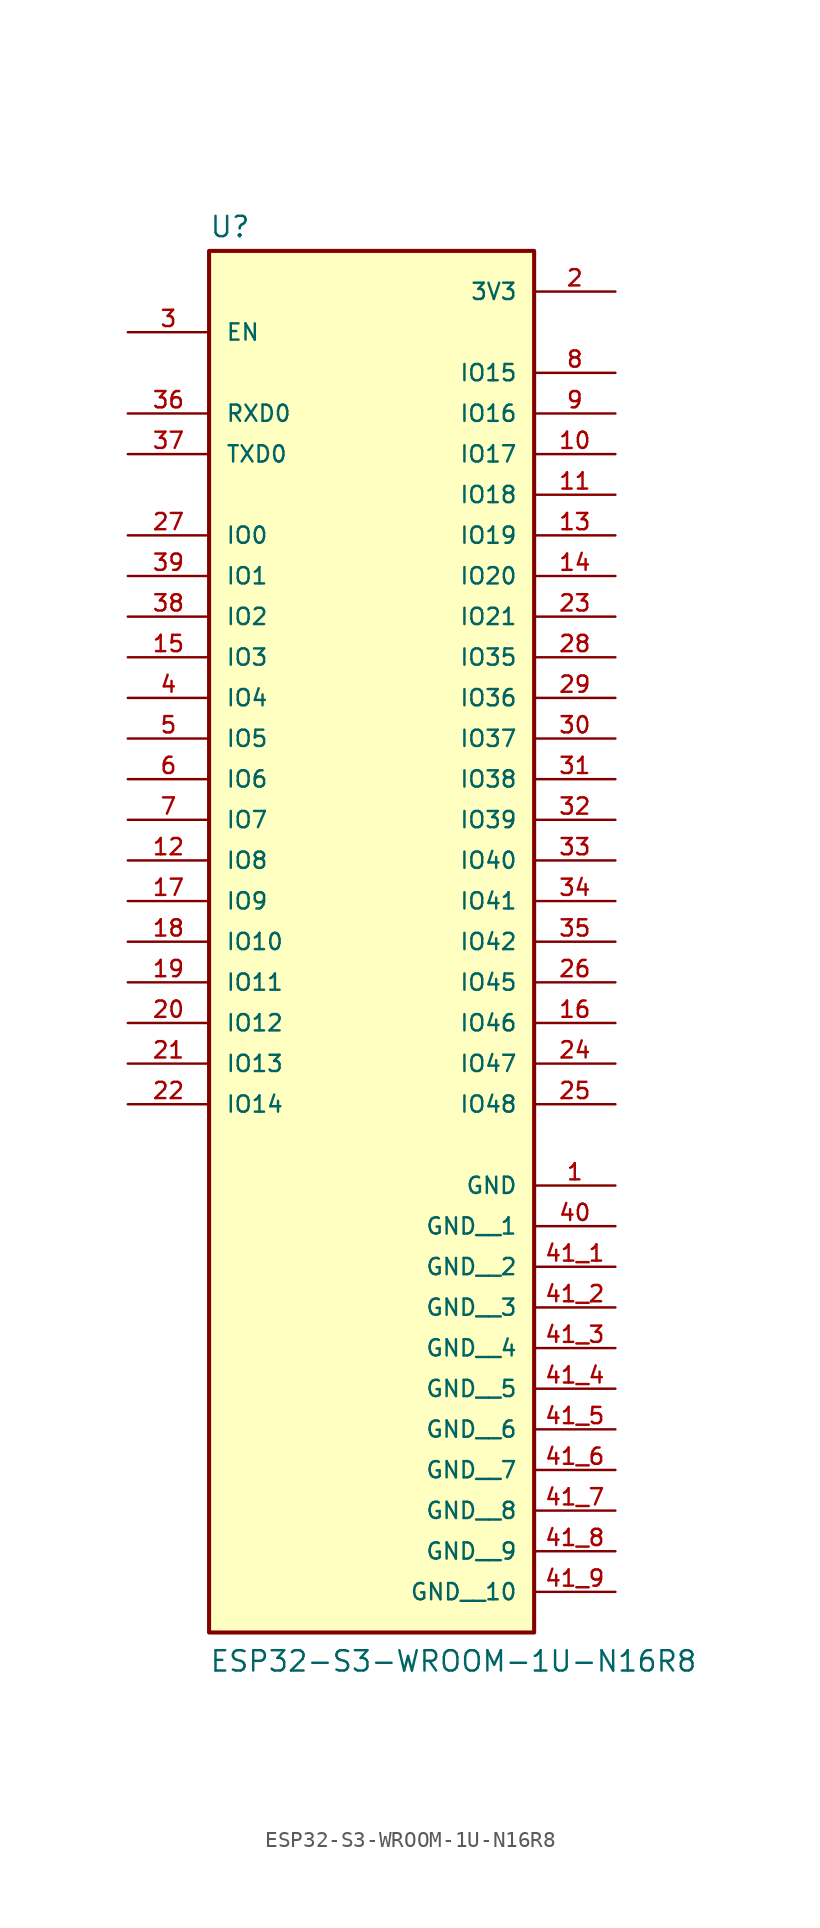
<source format=kicad_sym>
(kicad_symbol_lib
  (version 20211014)
  (generator kicad_symbol_editor)
  (symbol "ESP32-S3-WROOM-1U-N16R8"
    (pin_names
      (offset 1.016))
    (property "Reference" "U"
      (at -10.16 31.242 0)
      (effects (font (size 1.27 1.27)) (justify bottom left)))
    (property "Value" "ESP32-S3-WROOM-1U-N16R8"
      (at -10.16 -58.42 0)
      (effects (font (size 1.27 1.27)) (justify bottom left)))
    (symbol "ESP32-S3-WROOM-1U-N16R8_0_0"
      (rectangle (start -10.16 -55.88) (end 10.16 30.48) (stroke (width 0.254)) (fill (type background)))
      (pin power_in line (at 15.24 -27.94 180.0) (length 5.08) (name "GND" (effects (font (size 1.016 1.016)))) (number "1" (effects (font (size 1.016 1.016)))))
      (pin power_in line (at 15.24 27.94 180.0) (length 5.08) (name "3V3" (effects (font (size 1.016 1.016)))) (number "2" (effects (font (size 1.016 1.016)))))
      (pin input line (at -15.24 25.4 0) (length 5.08) (name "EN" (effects (font (size 1.016 1.016)))) (number "3" (effects (font (size 1.016 1.016)))))
      (pin bidirectional line (at 15.24 5.08 180.0) (length 5.08) (name "IO35" (effects (font (size 1.016 1.016)))) (number "28" (effects (font (size 1.016 1.016)))))
      (pin bidirectional line (at 15.24 -22.86 180.0) (length 5.08) (name "IO48" (effects (font (size 1.016 1.016)))) (number "25" (effects (font (size 1.016 1.016)))))
      (pin bidirectional line (at 15.24 -10.16 180.0) (length 5.08) (name "IO41" (effects (font (size 1.016 1.016)))) (number "34" (effects (font (size 1.016 1.016)))))
      (pin bidirectional line (at 15.24 -5.08 180.0) (length 5.08) (name "IO39" (effects (font (size 1.016 1.016)))) (number "32" (effects (font (size 1.016 1.016)))))
      (pin bidirectional line (at 15.24 -20.32 180.0) (length 5.08) (name "IO47" (effects (font (size 1.016 1.016)))) (number "24" (effects (font (size 1.016 1.016)))))
      (pin bidirectional line (at 15.24 -7.62 180.0) (length 5.08) (name "IO40" (effects (font (size 1.016 1.016)))) (number "33" (effects (font (size 1.016 1.016)))))
      (pin bidirectional line (at -15.24 -22.86 0) (length 5.08) (name "IO14" (effects (font (size 1.016 1.016)))) (number "22" (effects (font (size 1.016 1.016)))))
      (pin bidirectional line (at -15.24 -17.78 0) (length 5.08) (name "IO12" (effects (font (size 1.016 1.016)))) (number "20" (effects (font (size 1.016 1.016)))))
      (pin bidirectional line (at -15.24 -20.32 0) (length 5.08) (name "IO13" (effects (font (size 1.016 1.016)))) (number "21" (effects (font (size 1.016 1.016)))))
      (pin bidirectional line (at 15.24 22.86 180.0) (length 5.08) (name "IO15" (effects (font (size 1.016 1.016)))) (number "8" (effects (font (size 1.016 1.016)))))
      (pin bidirectional line (at -15.24 7.62 0) (length 5.08) (name "IO2" (effects (font (size 1.016 1.016)))) (number "38" (effects (font (size 1.016 1.016)))))
      (pin bidirectional line (at -15.24 12.7 0) (length 5.08) (name "IO0" (effects (font (size 1.016 1.016)))) (number "27" (effects (font (size 1.016 1.016)))))
      (pin bidirectional line (at -15.24 2.54 0) (length 5.08) (name "IO4" (effects (font (size 1.016 1.016)))) (number "4" (effects (font (size 1.016 1.016)))))
      (pin bidirectional line (at 15.24 20.32 180.0) (length 5.08) (name "IO16" (effects (font (size 1.016 1.016)))) (number "9" (effects (font (size 1.016 1.016)))))
      (pin bidirectional line (at 15.24 17.78 180.0) (length 5.08) (name "IO17" (effects (font (size 1.016 1.016)))) (number "10" (effects (font (size 1.016 1.016)))))
      (pin bidirectional line (at -15.24 0.0 0) (length 5.08) (name "IO5" (effects (font (size 1.016 1.016)))) (number "5" (effects (font (size 1.016 1.016)))))
      (pin bidirectional line (at 15.24 15.24 180.0) (length 5.08) (name "IO18" (effects (font (size 1.016 1.016)))) (number "11" (effects (font (size 1.016 1.016)))))
      (pin bidirectional line (at 15.24 12.7 180.0) (length 5.08) (name "IO19" (effects (font (size 1.016 1.016)))) (number "13" (effects (font (size 1.016 1.016)))))
      (pin bidirectional line (at 15.24 7.62 180.0) (length 5.08) (name "IO21" (effects (font (size 1.016 1.016)))) (number "23" (effects (font (size 1.016 1.016)))))
      (pin bidirectional line (at 15.24 0.0 180.0) (length 5.08) (name "IO37" (effects (font (size 1.016 1.016)))) (number "30" (effects (font (size 1.016 1.016)))))
      (pin bidirectional line (at 15.24 -2.54 180.0) (length 5.08) (name "IO38" (effects (font (size 1.016 1.016)))) (number "31" (effects (font (size 1.016 1.016)))))
      (pin bidirectional line (at -15.24 10.16 0) (length 5.08) (name "IO1" (effects (font (size 1.016 1.016)))) (number "39" (effects (font (size 1.016 1.016)))))
      (pin bidirectional line (at -15.24 5.08 0) (length 5.08) (name "IO3" (effects (font (size 1.016 1.016)))) (number "15" (effects (font (size 1.016 1.016)))))
      (pin bidirectional line (at -15.24 -2.54 0) (length 5.08) (name "IO6" (effects (font (size 1.016 1.016)))) (number "6" (effects (font (size 1.016 1.016)))))
      (pin bidirectional line (at -15.24 -5.08 0) (length 5.08) (name "IO7" (effects (font (size 1.016 1.016)))) (number "7" (effects (font (size 1.016 1.016)))))
      (pin bidirectional line (at -15.24 -7.62 0) (length 5.08) (name "IO8" (effects (font (size 1.016 1.016)))) (number "12" (effects (font (size 1.016 1.016)))))
      (pin bidirectional line (at -15.24 -10.16 0) (length 5.08) (name "IO9" (effects (font (size 1.016 1.016)))) (number "17" (effects (font (size 1.016 1.016)))))
      (pin bidirectional line (at -15.24 -12.7 0) (length 5.08) (name "IO10" (effects (font (size 1.016 1.016)))) (number "18" (effects (font (size 1.016 1.016)))))
      (pin bidirectional line (at -15.24 -15.24 0) (length 5.08) (name "IO11" (effects (font (size 1.016 1.016)))) (number "19" (effects (font (size 1.016 1.016)))))
      (pin bidirectional line (at 15.24 2.54 180.0) (length 5.08) (name "IO36" (effects (font (size 1.016 1.016)))) (number "29" (effects (font (size 1.016 1.016)))))
      (pin bidirectional line (at 15.24 -12.7 180.0) (length 5.08) (name "IO42" (effects (font (size 1.016 1.016)))) (number "35" (effects (font (size 1.016 1.016)))))
      (pin bidirectional line (at 15.24 10.16 180.0) (length 5.08) (name "IO20" (effects (font (size 1.016 1.016)))) (number "14" (effects (font (size 1.016 1.016)))))
      (pin bidirectional line (at -15.24 17.78 0) (length 5.08) (name "TXD0" (effects (font (size 1.016 1.016)))) (number "37" (effects (font (size 1.016 1.016)))))
      (pin bidirectional line (at -15.24 20.32 0) (length 5.08) (name "RXD0" (effects (font (size 1.016 1.016)))) (number "36" (effects (font (size 1.016 1.016)))))
      (pin bidirectional line (at 15.24 -15.24 180.0) (length 5.08) (name "IO45" (effects (font (size 1.016 1.016)))) (number "26" (effects (font (size 1.016 1.016)))))
      (pin bidirectional line (at 15.24 -17.78 180.0) (length 5.08) (name "IO46" (effects (font (size 1.016 1.016)))) (number "16" (effects (font (size 1.016 1.016)))))
      (pin power_in line (at 15.24 -30.48 180.0) (length 5.08) (name "GND__1" (effects (font (size 1.016 1.016)))) (number "40" (effects (font (size 1.016 1.016)))))
      (pin power_in line (at 15.24 -33.02 180.0) (length 5.08) (name "GND__2" (effects (font (size 1.016 1.016)))) (number "41_1" (effects (font (size 1.016 1.016)))))
      (pin power_in line (at 15.24 -35.56 180.0) (length 5.08) (name "GND__3" (effects (font (size 1.016 1.016)))) (number "41_2" (effects (font (size 1.016 1.016)))))
      (pin power_in line (at 15.24 -38.1 180.0) (length 5.08) (name "GND__4" (effects (font (size 1.016 1.016)))) (number "41_3" (effects (font (size 1.016 1.016)))))
      (pin power_in line (at 15.24 -40.64 180.0) (length 5.08) (name "GND__5" (effects (font (size 1.016 1.016)))) (number "41_4" (effects (font (size 1.016 1.016)))))
      (pin power_in line (at 15.24 -43.18 180.0) (length 5.08) (name "GND__6" (effects (font (size 1.016 1.016)))) (number "41_5" (effects (font (size 1.016 1.016)))))
      (pin power_in line (at 15.24 -45.72 180.0) (length 5.08) (name "GND__7" (effects (font (size 1.016 1.016)))) (number "41_6" (effects (font (size 1.016 1.016)))))
      (pin power_in line (at 15.24 -48.26 180.0) (length 5.08) (name "GND__8" (effects (font (size 1.016 1.016)))) (number "41_7" (effects (font (size 1.016 1.016)))))
      (pin power_in line (at 15.24 -50.8 180.0) (length 5.08) (name "GND__9" (effects (font (size 1.016 1.016)))) (number "41_8" (effects (font (size 1.016 1.016)))))
      (pin power_in line (at 15.24 -53.34 180.0) (length 5.08) (name "GND__10" (effects (font (size 1.016 1.016)))) (number "41_9" (effects (font (size 1.016 1.016))))))))
</source>
